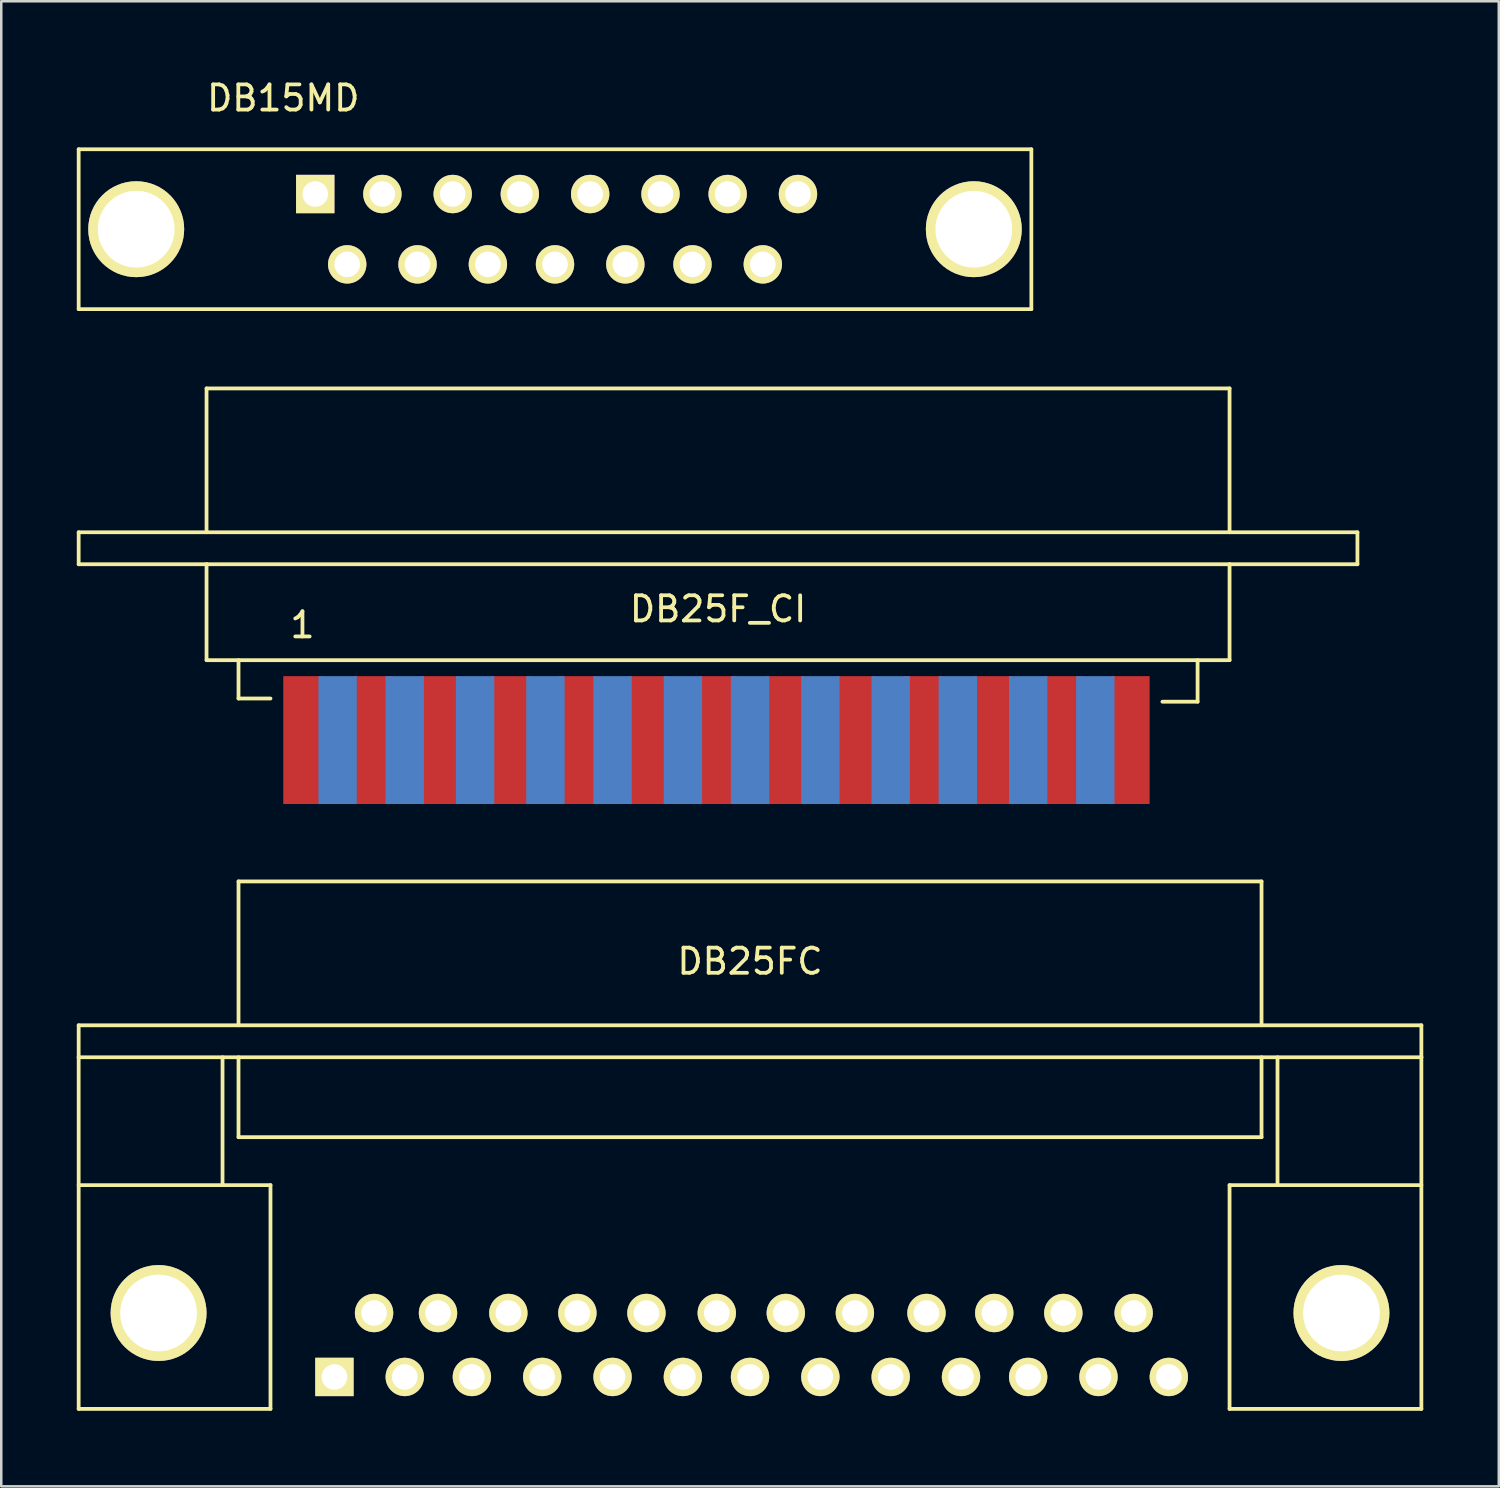
<source format=kicad_pcb>
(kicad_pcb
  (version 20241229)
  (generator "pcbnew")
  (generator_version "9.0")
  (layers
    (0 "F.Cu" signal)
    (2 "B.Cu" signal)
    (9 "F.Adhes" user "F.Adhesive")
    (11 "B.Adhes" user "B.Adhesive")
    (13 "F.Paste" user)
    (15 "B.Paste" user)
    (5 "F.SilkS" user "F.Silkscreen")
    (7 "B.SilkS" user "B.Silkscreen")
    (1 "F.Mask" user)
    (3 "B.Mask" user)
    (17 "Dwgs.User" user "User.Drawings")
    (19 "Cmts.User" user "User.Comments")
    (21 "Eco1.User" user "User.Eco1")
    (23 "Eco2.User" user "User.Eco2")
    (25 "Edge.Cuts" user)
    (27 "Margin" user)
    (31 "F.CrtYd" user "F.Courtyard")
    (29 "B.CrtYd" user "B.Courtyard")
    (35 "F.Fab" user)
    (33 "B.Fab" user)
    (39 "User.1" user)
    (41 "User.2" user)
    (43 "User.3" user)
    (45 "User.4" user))
  (footprint "DB15MD"
    (layer "F.Cu")
    (at 19.633 5.928)
    (property "Reference" "DB15MD" (at -11.43 -5.08 180) (layer "F.SilkS") (effects (font (size 1 1) (thickness 0.15))))
    (attr through_hole)
    (fp_line (start -19.558 -3.048) (end -19.558 3.302) (stroke (width 0.15) (type solid)) (layer "F.SilkS"))
    (fp_line (start -19.558 3.302) (end 18.288 3.302) (stroke (width 0.15) (type solid)) (layer "F.SilkS"))
    (fp_line (start 18.288 -3.048) (end -19.558 -3.048) (stroke (width 0.15) (type solid)) (layer "F.SilkS"))
    (fp_line (start 18.288 3.302) (end 18.288 -3.048) (stroke (width 0.15) (type solid)) (layer "F.SilkS"))
    (pad "0" thru_hole circle (at -17.272 0.127) (size 3.81 3.81) (drill 3.048) (layers "*.Cu" "*.Mask" "F.SilkS"))
    (pad "0" thru_hole circle (at 16.002 0.127) (size 3.81 3.81) (drill 3.048) (layers "*.Cu" "*.Mask" "F.SilkS"))
    (pad "1" thru_hole rect (at -10.16 -1.27) (size 1.524 1.524) (drill 1.016) (layers "*.Cu" "*.Mask" "F.SilkS"))
    (pad "2" thru_hole circle (at -7.493 -1.27) (size 1.524 1.524) (drill 1.016) (layers "*.Cu" "*.Mask" "F.SilkS"))
    (pad "3" thru_hole circle (at -4.699 -1.27) (size 1.524 1.524) (drill 1.016) (layers "*.Cu" "*.Mask" "F.SilkS"))
    (pad "4" thru_hole circle (at -2.032 -1.27) (size 1.524 1.524) (drill 1.016) (layers "*.Cu" "*.Mask" "F.SilkS"))
    (pad "5" thru_hole circle (at 0.762 -1.27) (size 1.524 1.524) (drill 1.016) (layers "*.Cu" "*.Mask" "F.SilkS"))
    (pad "6" thru_hole circle (at 3.556 -1.27) (size 1.524 1.524) (drill 1.016) (layers "*.Cu" "*.Mask" "F.SilkS"))
    (pad "7" thru_hole circle (at 6.223 -1.27) (size 1.524 1.524) (drill 1.016) (layers "*.Cu" "*.Mask" "F.SilkS"))
    (pad "8" thru_hole circle (at 9.017 -1.27) (size 1.524 1.524) (drill 1.016) (layers "*.Cu" "*.Mask" "F.SilkS"))
    (pad "9" thru_hole circle (at -8.89 1.524) (size 1.524 1.524) (drill 1.016) (layers "*.Cu" "*.Mask" "F.SilkS"))
    (pad "10" thru_hole circle (at -6.096 1.524) (size 1.524 1.524) (drill 1.016) (layers "*.Cu" "*.Mask" "F.SilkS"))
    (pad "11" thru_hole circle (at -3.302 1.524) (size 1.524 1.524) (drill 1.016) (layers "*.Cu" "*.Mask" "F.SilkS"))
    (pad "12" thru_hole circle (at -0.635 1.524) (size 1.524 1.524) (drill 1.016) (layers "*.Cu" "*.Mask" "F.SilkS"))
    (pad "13" thru_hole circle (at 2.159 1.524) (size 1.524 1.524) (drill 1.016) (layers "*.Cu" "*.Mask" "F.SilkS"))
    (pad "14" thru_hole circle (at 4.826 1.524) (size 1.524 1.524) (drill 1.016) (layers "*.Cu" "*.Mask" "F.SilkS"))
    (pad "15" thru_hole circle (at 7.62 1.524) (size 1.524 1.524) (drill 1.016) (layers "*.Cu" "*.Mask" "F.SilkS")))
  (footprint "DB25F_CI"
    (layer "F.Cu")
    (at 25.475 23.683)
    (property "Reference" "DB25F_CI" (at 0 -2.54 180) (layer "F.SilkS") (effects (font (size 1 1) (thickness 0.15))))
    (attr through_hole)
    (fp_line (start -25.4 -5.588) (end 25.4 -5.588) (stroke (width 0.15) (type solid)) (layer "F.SilkS"))
    (fp_line (start -25.4 -4.318) (end -25.4 -5.588) (stroke (width 0.15) (type solid)) (layer "F.SilkS"))
    (fp_line (start -20.32 -11.303) (end 20.32 -11.303) (stroke (width 0.15) (type solid)) (layer "F.SilkS"))
    (fp_line (start -20.32 -5.588) (end -20.32 -11.303) (stroke (width 0.15) (type solid)) (layer "F.SilkS"))
    (fp_line (start -20.32 -4.318) (end -25.4 -4.318) (stroke (width 0.15) (type solid)) (layer "F.SilkS"))
    (fp_line (start -20.32 -4.318) (end 20.32 -4.318) (stroke (width 0.15) (type solid)) (layer "F.SilkS"))
    (fp_line (start -20.32 -0.508) (end -20.32 -4.318) (stroke (width 0.15) (type solid)) (layer "F.SilkS"))
    (fp_line (start -19.05 -0.508) (end -19.05 1.016) (stroke (width 0.15) (type solid)) (layer "F.SilkS"))
    (fp_line (start -19.05 1.016) (end -17.78 1.016) (stroke (width 0.15) (type solid)) (layer "F.SilkS"))
    (fp_line (start 19.05 -0.508) (end 19.05 1.143) (stroke (width 0.15) (type solid)) (layer "F.SilkS"))
    (fp_line (start 19.05 1.143) (end 17.653 1.143) (stroke (width 0.15) (type solid)) (layer "F.SilkS"))
    (fp_line (start 20.32 -11.303) (end 20.32 -5.588) (stroke (width 0.15) (type solid)) (layer "F.SilkS"))
    (fp_line (start 20.32 -4.318) (end 20.32 -0.508) (stroke (width 0.15) (type solid)) (layer "F.SilkS"))
    (fp_line (start 20.32 -0.508) (end -20.32 -0.508) (stroke (width 0.15) (type solid)) (layer "F.SilkS"))
    (fp_line (start 25.4 -5.588) (end 25.4 -4.318) (stroke (width 0.15) (type solid)) (layer "F.SilkS"))
    (fp_line (start 25.4 -4.318) (end 20.32 -4.318) (stroke (width 0.15) (type solid)) (layer "F.SilkS"))
    (fp_text user "1" (at -16.51 -1.905 180) (layer "F.SilkS") (effects (font (size 1 1) (thickness 0.15))))
    (pad "1" connect rect (at -16.51 2.667 90) (size 5.08 1.524) (layers "F.Cu" "F.Mask"))
    (pad "2" connect rect (at -13.716 2.667 90) (size 5.08 1.524) (layers "F.Cu" "F.Mask"))
    (pad "3" connect rect (at -11.049 2.667 90) (size 5.08 1.524) (layers "F.Cu" "F.Mask"))
    (pad "4" connect rect (at -8.255 2.667 90) (size 5.08 1.524) (layers "F.Cu" "F.Mask"))
    (pad "5" connect rect (at -5.588 2.667 90) (size 5.08 1.524) (layers "F.Cu" "F.Mask"))
    (pad "6" connect rect (at -2.794 2.667 90) (size 5.08 1.524) (layers "F.Cu" "F.Mask"))
    (pad "7" connect rect (at 0 2.667 90) (size 5.08 1.524) (layers "F.Cu" "F.Mask"))
    (pad "8" connect rect (at 2.667 2.667 90) (size 5.08 1.524) (layers "F.Cu" "F.Mask"))
    (pad "9" connect rect (at 5.461 2.667 90) (size 5.08 1.524) (layers "F.Cu" "F.Mask"))
    (pad "10" connect rect (at 8.128 2.667 90) (size 5.08 1.524) (layers "F.Cu" "F.Mask"))
    (pad "11" connect rect (at 10.922 2.667 90) (size 5.08 1.524) (layers "F.Cu" "F.Mask"))
    (pad "12" connect rect (at 13.716 2.667 90) (size 5.08 1.524) (layers "F.Cu" "F.Mask"))
    (pad "13" connect rect (at 16.383 2.667 90) (size 5.08 1.524) (layers "F.Cu" "F.Mask"))
    (pad "14" connect rect (at -15.113 2.667 90) (size 5.08 1.524) (layers "B.Cu" "B.Mask"))
    (pad "15" connect rect (at -12.446 2.667 90) (size 5.08 1.524) (layers "B.Cu" "B.Mask"))
    (pad "16" connect rect (at -9.652 2.667 90) (size 5.08 1.524) (layers "B.Cu" "B.Mask"))
    (pad "17" connect rect (at -6.858 2.667 90) (size 5.08 1.524) (layers "B.Cu" "B.Mask"))
    (pad "18" connect rect (at -4.191 2.667 90) (size 5.08 1.524) (layers "B.Cu" "B.Mask"))
    (pad "19" connect rect (at -1.397 2.667 90) (size 5.08 1.524) (layers "B.Cu" "B.Mask"))
    (pad "20" connect rect (at 1.27 2.667 90) (size 5.08 1.524) (layers "B.Cu" "B.Mask"))
    (pad "21" connect rect (at 4.064 2.667 90) (size 5.08 1.524) (layers "B.Cu" "B.Mask"))
    (pad "22" connect rect (at 6.858 2.667 90) (size 5.08 1.524) (layers "B.Cu" "B.Mask"))
    (pad "23" connect rect (at 9.525 2.667 90) (size 5.08 1.524) (layers "B.Cu" "B.Mask"))
    (pad "24" connect rect (at 12.319 2.667 90) (size 5.08 1.524) (layers "B.Cu" "B.Mask"))
    (pad "25" connect rect (at 14.986 2.667 90) (size 5.08 1.524) (layers "B.Cu" "B.Mask")))
  (footprint "DB25FC"
    (layer "F.Cu")
    (at 26.745 50.38)
    (property "Reference" "DB25FC" (at 0 -15.24 0) (layer "F.SilkS") (effects (font (size 1 1) (thickness 0.15))))
    (attr through_hole)
    (fp_line (start -26.67 -12.7) (end -26.67 -11.43) (stroke (width 0.15) (type solid)) (layer "F.SilkS"))
    (fp_line (start -26.67 -11.43) (end 26.67 -11.43) (stroke (width 0.15) (type solid)) (layer "F.SilkS"))
    (fp_line (start -26.67 -6.35) (end -19.05 -6.35) (stroke (width 0.15) (type solid)) (layer "F.SilkS"))
    (fp_line (start -26.67 2.54) (end -26.67 -11.43) (stroke (width 0.15) (type solid)) (layer "F.SilkS"))
    (fp_line (start -26.67 2.54) (end -19.05 2.54) (stroke (width 0.15) (type solid)) (layer "F.SilkS"))
    (fp_line (start -20.955 -11.43) (end -20.955 -6.35) (stroke (width 0.15) (type solid)) (layer "F.SilkS"))
    (fp_line (start -20.32 -18.415) (end -20.32 -12.7) (stroke (width 0.15) (type solid)) (layer "F.SilkS"))
    (fp_line (start -20.32 -18.415) (end 20.32 -18.415) (stroke (width 0.15) (type solid)) (layer "F.SilkS"))
    (fp_line (start -20.32 -8.255) (end -20.32 -11.43) (stroke (width 0.15) (type solid)) (layer "F.SilkS"))
    (fp_line (start -20.32 -8.255) (end 20.32 -8.255) (stroke (width 0.15) (type solid)) (layer "F.SilkS"))
    (fp_line (start -19.05 -6.35) (end -19.05 2.54) (stroke (width 0.15) (type solid)) (layer "F.SilkS"))
    (fp_line (start 19.05 -6.35) (end 19.05 2.54) (stroke (width 0.15) (type solid)) (layer "F.SilkS"))
    (fp_line (start 19.05 2.54) (end 26.67 2.54) (stroke (width 0.15) (type solid)) (layer "F.SilkS"))
    (fp_line (start 20.32 -18.415) (end 20.32 -12.7) (stroke (width 0.15) (type solid)) (layer "F.SilkS"))
    (fp_line (start 20.32 -8.255) (end 20.32 -11.43) (stroke (width 0.15) (type solid)) (layer "F.SilkS"))
    (fp_line (start 20.955 -11.43) (end 20.955 -6.35) (stroke (width 0.15) (type solid)) (layer "F.SilkS"))
    (fp_line (start 26.67 -12.7) (end -26.67 -12.7) (stroke (width 0.15) (type solid)) (layer "F.SilkS"))
    (fp_line (start 26.67 -11.43) (end 26.67 -12.7) (stroke (width 0.15) (type solid)) (layer "F.SilkS"))
    (fp_line (start 26.67 -11.43) (end 26.67 2.54) (stroke (width 0.15) (type solid)) (layer "F.SilkS"))
    (fp_line (start 26.67 -6.35) (end 19.05 -6.35) (stroke (width 0.15) (type solid)) (layer "F.SilkS"))
    (pad "" thru_hole circle (at -23.495 -1.27) (size 3.81 3.81) (drill 3.048) (layers "*.Cu" "*.Mask" "F.SilkS"))
    (pad "" thru_hole circle (at 23.495 -1.27) (size 3.81 3.81) (drill 3.048) (layers "*.Cu" "*.Mask" "F.SilkS"))
    (pad "1" thru_hole rect (at -16.51 1.27) (size 1.524 1.524) (drill 1.016) (layers "*.Cu" "*.Mask" "F.SilkS"))
    (pad "2" thru_hole circle (at -13.716 1.27) (size 1.524 1.524) (drill 1.016) (layers "*.Cu" "*.Mask" "F.SilkS"))
    (pad "3" thru_hole circle (at -11.049 1.27) (size 1.524 1.524) (drill 1.016) (layers "*.Cu" "*.Mask" "F.SilkS"))
    (pad "4" thru_hole circle (at -8.255 1.27) (size 1.524 1.524) (drill 1.016) (layers "*.Cu" "*.Mask" "F.SilkS"))
    (pad "5" thru_hole circle (at -5.461 1.27) (size 1.524 1.524) (drill 1.016) (layers "*.Cu" "*.Mask" "F.SilkS"))
    (pad "6" thru_hole circle (at -2.667 1.27) (size 1.524 1.524) (drill 1.016) (layers "*.Cu" "*.Mask" "F.SilkS"))
    (pad "7" thru_hole circle (at 0 1.27) (size 1.524 1.524) (drill 1.016) (layers "*.Cu" "*.Mask" "F.SilkS"))
    (pad "8" thru_hole circle (at 2.794 1.27) (size 1.524 1.524) (drill 1.016) (layers "*.Cu" "*.Mask" "F.SilkS"))
    (pad "9" thru_hole circle (at 5.588 1.27) (size 1.524 1.524) (drill 1.016) (layers "*.Cu" "*.Mask" "F.SilkS"))
    (pad "10" thru_hole circle (at 8.382 1.27) (size 1.524 1.524) (drill 1.016) (layers "*.Cu" "*.Mask" "F.SilkS"))
    (pad "11" thru_hole circle (at 11.049 1.27) (size 1.524 1.524) (drill 1.016) (layers "*.Cu" "*.Mask" "F.SilkS"))
    (pad "12" thru_hole circle (at 13.843 1.27) (size 1.524 1.524) (drill 1.016) (layers "*.Cu" "*.Mask" "F.SilkS"))
    (pad "13" thru_hole circle (at 16.637 1.27) (size 1.524 1.524) (drill 1.016) (layers "*.Cu" "*.Mask" "F.SilkS"))
    (pad "14" thru_hole circle (at -14.935 -1.27) (size 1.524 1.524) (drill 1.016) (layers "*.Cu" "*.Mask" "F.SilkS"))
    (pad "15" thru_hole circle (at -12.395 -1.27) (size 1.524 1.524) (drill 1.016) (layers "*.Cu" "*.Mask" "F.SilkS"))
    (pad "16" thru_hole circle (at -9.601 -1.27) (size 1.524 1.524) (drill 1.016) (layers "*.Cu" "*.Mask" "F.SilkS"))
    (pad "17" thru_hole circle (at -6.858 -1.27) (size 1.524 1.524) (drill 1.016) (layers "*.Cu" "*.Mask" "F.SilkS"))
    (pad "18" thru_hole circle (at -4.115 -1.27) (size 1.524 1.524) (drill 1.016) (layers "*.Cu" "*.Mask" "F.SilkS"))
    (pad "19" thru_hole circle (at -1.321 -1.27) (size 1.524 1.524) (drill 1.016) (layers "*.Cu" "*.Mask" "F.SilkS"))
    (pad "20" thru_hole circle (at 1.422 -1.27) (size 1.524 1.524) (drill 1.016) (layers "*.Cu" "*.Mask" "F.SilkS"))
    (pad "21" thru_hole circle (at 4.166 -1.27) (size 1.524 1.524) (drill 1.016) (layers "*.Cu" "*.Mask" "F.SilkS"))
    (pad "22" thru_hole circle (at 7.01 -1.27) (size 1.524 1.524) (drill 1.016) (layers "*.Cu" "*.Mask" "F.SilkS"))
    (pad "23" thru_hole circle (at 9.703 -1.27) (size 1.524 1.524) (drill 1.016) (layers "*.Cu" "*.Mask" "F.SilkS"))
    (pad "24" thru_hole circle (at 12.446 -1.27) (size 1.524 1.524) (drill 1.016) (layers "*.Cu" "*.Mask" "F.SilkS"))
    (pad "25" thru_hole circle (at 15.24 -1.27) (size 1.524 1.524) (drill 1.016) (layers "*.Cu" "*.Mask" "F.SilkS")))
  (gr_rect
    (start -3 -3)
    (end 56.49 55.995)
    (stroke (width 0.1) (type default))
    (fill no)
    (layer "Edge.Cuts")))
</source>
